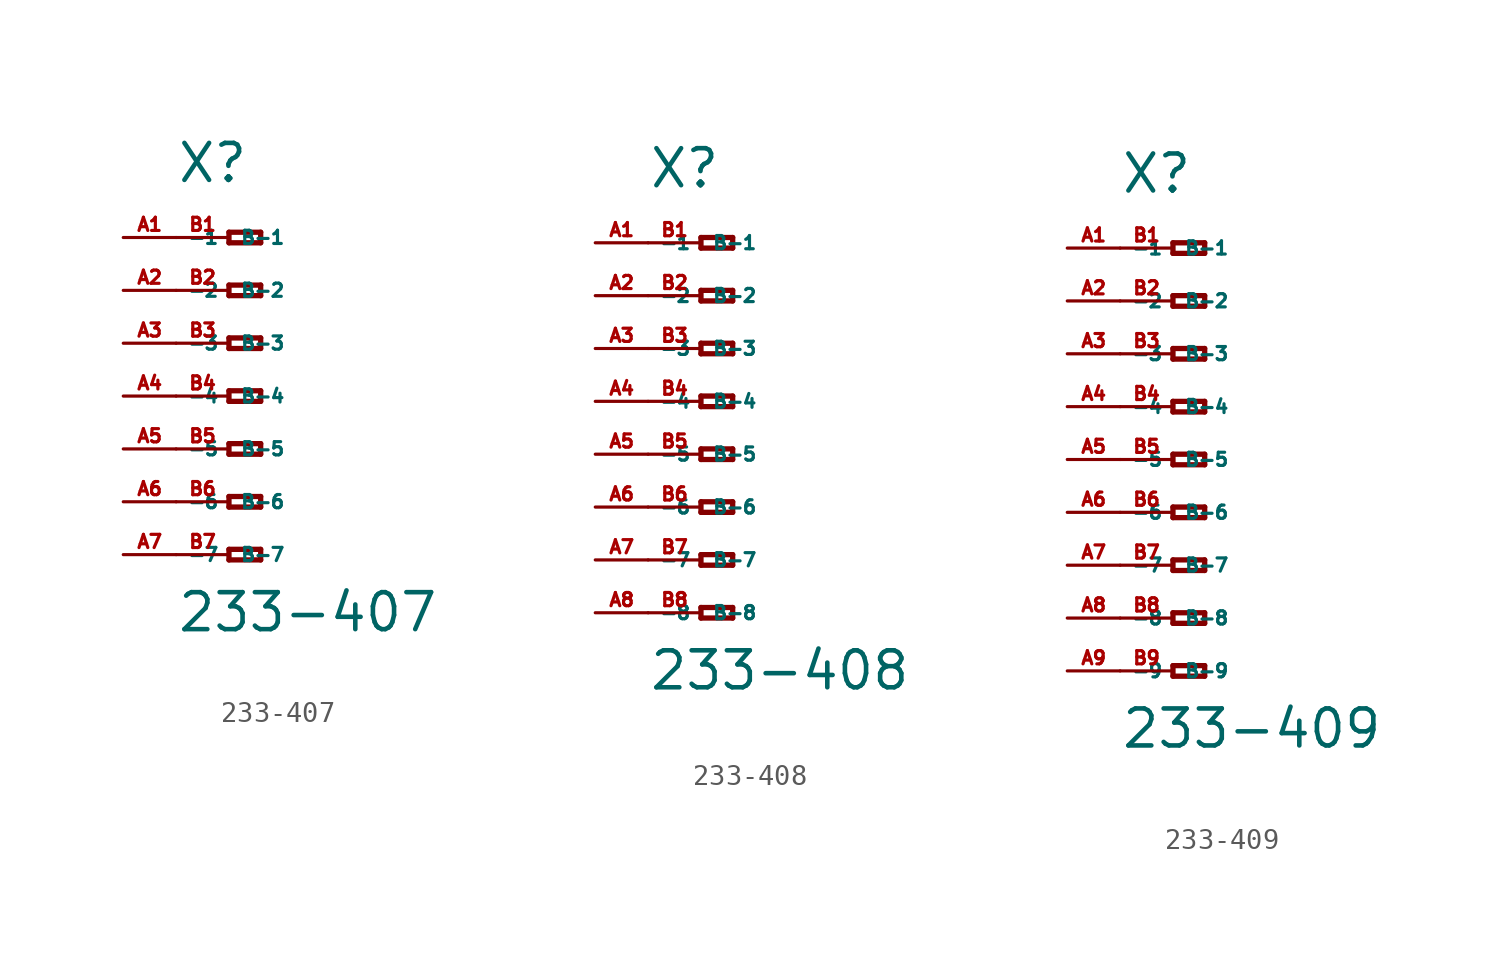
<source format=kicad_sym>
(kicad_symbol_lib
  (version 20220914)
  (generator Eagle2Kicad)
  (symbol "233-407"
    (property "Reference" "X"
      (at -5.08 10.16 0)
      (effects (font (size 1.778 1.778) (thickness 0.22)) (justify left bottom)))
    (property "Value" "233-407"
      (at -5.08 -11.43 0)
      (effects (font (size 1.778 1.778) (thickness 0.22)) (justify left bottom)))
    (polyline
      (pts (xy -2.54 7.874) (xy -2.54 7.366))
      (stroke (width 0.254) (type default))
      (fill (type none)))
    (polyline
      (pts (xy -2.54 7.366) (xy -1.016 7.366))
      (stroke (width 0.254) (type default))
      (fill (type none)))
    (polyline
      (pts (xy -1.016 7.366) (xy -1.016 7.874))
      (stroke (width 0.254) (type default))
      (fill (type none)))
    (polyline
      (pts (xy -1.016 7.874) (xy -2.54 7.874))
      (stroke (width 0.254) (type default))
      (fill (type none)))
    (polyline
      (pts (xy -2.54 5.334) (xy -2.54 4.826))
      (stroke (width 0.254) (type default))
      (fill (type none)))
    (polyline
      (pts (xy -2.54 4.826) (xy -1.016 4.826))
      (stroke (width 0.254) (type default))
      (fill (type none)))
    (polyline
      (pts (xy -1.016 4.826) (xy -1.016 5.334))
      (stroke (width 0.254) (type default))
      (fill (type none)))
    (polyline
      (pts (xy -1.016 5.334) (xy -2.54 5.334))
      (stroke (width 0.254) (type default))
      (fill (type none)))
    (polyline
      (pts (xy -2.54 2.794) (xy -2.54 2.286))
      (stroke (width 0.254) (type default))
      (fill (type none)))
    (polyline
      (pts (xy -2.54 2.286) (xy -1.016 2.286))
      (stroke (width 0.254) (type default))
      (fill (type none)))
    (polyline
      (pts (xy -1.016 2.286) (xy -1.016 2.794))
      (stroke (width 0.254) (type default))
      (fill (type none)))
    (polyline
      (pts (xy -1.016 2.794) (xy -2.54 2.794))
      (stroke (width 0.254) (type default))
      (fill (type none)))
    (polyline
      (pts (xy -2.54 0.254) (xy -2.54 -0.254))
      (stroke (width 0.254) (type default))
      (fill (type none)))
    (polyline
      (pts (xy -2.54 -0.254) (xy -1.016 -0.254))
      (stroke (width 0.254) (type default))
      (fill (type none)))
    (polyline
      (pts (xy -1.016 -0.254) (xy -1.016 0.254))
      (stroke (width 0.254) (type default))
      (fill (type none)))
    (polyline
      (pts (xy -1.016 0.254) (xy -2.54 0.254))
      (stroke (width 0.254) (type default))
      (fill (type none)))
    (polyline
      (pts (xy -2.54 -2.286) (xy -2.54 -2.794))
      (stroke (width 0.254) (type default))
      (fill (type none)))
    (polyline
      (pts (xy -2.54 -2.794) (xy -1.016 -2.794))
      (stroke (width 0.254) (type default))
      (fill (type none)))
    (polyline
      (pts (xy -1.016 -2.794) (xy -1.016 -2.286))
      (stroke (width 0.254) (type default))
      (fill (type none)))
    (polyline
      (pts (xy -1.016 -2.286) (xy -2.54 -2.286))
      (stroke (width 0.254) (type default))
      (fill (type none)))
    (polyline
      (pts (xy -2.54 -4.826) (xy -2.54 -5.334))
      (stroke (width 0.254) (type default))
      (fill (type none)))
    (polyline
      (pts (xy -2.54 -5.334) (xy -1.016 -5.334))
      (stroke (width 0.254) (type default))
      (fill (type none)))
    (polyline
      (pts (xy -1.016 -5.334) (xy -1.016 -4.826))
      (stroke (width 0.254) (type default))
      (fill (type none)))
    (polyline
      (pts (xy -1.016 -4.826) (xy -2.54 -4.826))
      (stroke (width 0.254) (type default))
      (fill (type none)))
    (polyline
      (pts (xy -2.54 -7.366) (xy -2.54 -7.874))
      (stroke (width 0.254) (type default))
      (fill (type none)))
    (polyline
      (pts (xy -2.54 -7.874) (xy -1.016 -7.874))
      (stroke (width 0.254) (type default))
      (fill (type none)))
    (polyline
      (pts (xy -1.016 -7.874) (xy -1.016 -7.366))
      (stroke (width 0.254) (type default))
      (fill (type none)))
    (polyline
      (pts (xy -1.016 -7.366) (xy -2.54 -7.366))
      (stroke (width 0.254) (type default))
      (fill (type none)))
    (pin passive line
      (at -7.62 7.62 0)
      (length 2.54)
      (name "-1" (effects (font (size 0.635 0.635) (thickness 0.08)) (justify left bottom)))
      (number "A1" (effects (font (size 0.635 0.635) (thickness 0.08)) (justify left bottom))))
    (pin passive line
      (at -7.62 5.08 0)
      (length 2.54)
      (name "-2" (effects (font (size 0.635 0.635) (thickness 0.08)) (justify left bottom)))
      (number "A2" (effects (font (size 0.635 0.635) (thickness 0.08)) (justify left bottom))))
    (pin passive line
      (at -7.62 2.54 0)
      (length 2.54)
      (name "-3" (effects (font (size 0.635 0.635) (thickness 0.08)) (justify left bottom)))
      (number "A3" (effects (font (size 0.635 0.635) (thickness 0.08)) (justify left bottom))))
    (pin passive line
      (at -7.62 0 0)
      (length 2.54)
      (name "-4" (effects (font (size 0.635 0.635) (thickness 0.08)) (justify left bottom)))
      (number "A4" (effects (font (size 0.635 0.635) (thickness 0.08)) (justify left bottom))))
    (pin passive line
      (at -7.62 -2.54 0)
      (length 2.54)
      (name "-5" (effects (font (size 0.635 0.635) (thickness 0.08)) (justify left bottom)))
      (number "A5" (effects (font (size 0.635 0.635) (thickness 0.08)) (justify left bottom))))
    (pin passive line
      (at -7.62 -5.08 0)
      (length 2.54)
      (name "-6" (effects (font (size 0.635 0.635) (thickness 0.08)) (justify left bottom)))
      (number "A6" (effects (font (size 0.635 0.635) (thickness 0.08)) (justify left bottom))))
    (pin passive line
      (at -7.62 -7.62 0)
      (length 2.54)
      (name "-7" (effects (font (size 0.635 0.635) (thickness 0.08)) (justify left bottom)))
      (number "A7" (effects (font (size 0.635 0.635) (thickness 0.08)) (justify left bottom))))
    (pin passive line
      (at -5.08 -7.62 0)
      (length 2.54)
      (name "B-7" (effects (font (size 0.635 0.635) (thickness 0.08)) (justify left bottom)))
      (number "B7" (effects (font (size 0.635 0.635) (thickness 0.08)) (justify left bottom))))
    (pin passive line
      (at -5.08 7.62 0)
      (length 2.54)
      (name "B-1" (effects (font (size 0.635 0.635) (thickness 0.08)) (justify left bottom)))
      (number "B1" (effects (font (size 0.635 0.635) (thickness 0.08)) (justify left bottom))))
    (pin passive line
      (at -5.08 5.08 0)
      (length 2.54)
      (name "B-2" (effects (font (size 0.635 0.635) (thickness 0.08)) (justify left bottom)))
      (number "B2" (effects (font (size 0.635 0.635) (thickness 0.08)) (justify left bottom))))
    (pin passive line
      (at -5.08 2.54 0)
      (length 2.54)
      (name "B-3" (effects (font (size 0.635 0.635) (thickness 0.08)) (justify left bottom)))
      (number "B3" (effects (font (size 0.635 0.635) (thickness 0.08)) (justify left bottom))))
    (pin passive line
      (at -5.08 0 0)
      (length 2.54)
      (name "B-4" (effects (font (size 0.635 0.635) (thickness 0.08)) (justify left bottom)))
      (number "B4" (effects (font (size 0.635 0.635) (thickness 0.08)) (justify left bottom))))
    (pin passive line
      (at -5.08 -2.54 0)
      (length 2.54)
      (name "B-5" (effects (font (size 0.635 0.635) (thickness 0.08)) (justify left bottom)))
      (number "B5" (effects (font (size 0.635 0.635) (thickness 0.08)) (justify left bottom))))
    (pin passive line
      (at -5.08 -5.08 0)
      (length 2.54)
      (name "B-6" (effects (font (size 0.635 0.635) (thickness 0.08)) (justify left bottom)))
      (number "B6" (effects (font (size 0.635 0.635) (thickness 0.08)) (justify left bottom)))))
  (symbol "233-408"
    (property "Reference" "X"
      (at -5.08 10.16 0)
      (effects (font (size 1.778 1.778) (thickness 0.22)) (justify left bottom)))
    (property "Value" "233-408"
      (at -5.08 -13.97 0)
      (effects (font (size 1.778 1.778) (thickness 0.22)) (justify left bottom)))
    (polyline
      (pts (xy -2.54 7.874) (xy -2.54 7.366))
      (stroke (width 0.254) (type default))
      (fill (type none)))
    (polyline
      (pts (xy -2.54 7.366) (xy -1.016 7.366))
      (stroke (width 0.254) (type default))
      (fill (type none)))
    (polyline
      (pts (xy -1.016 7.366) (xy -1.016 7.874))
      (stroke (width 0.254) (type default))
      (fill (type none)))
    (polyline
      (pts (xy -1.016 7.874) (xy -2.54 7.874))
      (stroke (width 0.254) (type default))
      (fill (type none)))
    (polyline
      (pts (xy -2.54 5.334) (xy -2.54 4.826))
      (stroke (width 0.254) (type default))
      (fill (type none)))
    (polyline
      (pts (xy -2.54 4.826) (xy -1.016 4.826))
      (stroke (width 0.254) (type default))
      (fill (type none)))
    (polyline
      (pts (xy -1.016 4.826) (xy -1.016 5.334))
      (stroke (width 0.254) (type default))
      (fill (type none)))
    (polyline
      (pts (xy -1.016 5.334) (xy -2.54 5.334))
      (stroke (width 0.254) (type default))
      (fill (type none)))
    (polyline
      (pts (xy -2.54 2.794) (xy -2.54 2.286))
      (stroke (width 0.254) (type default))
      (fill (type none)))
    (polyline
      (pts (xy -2.54 2.286) (xy -1.016 2.286))
      (stroke (width 0.254) (type default))
      (fill (type none)))
    (polyline
      (pts (xy -1.016 2.286) (xy -1.016 2.794))
      (stroke (width 0.254) (type default))
      (fill (type none)))
    (polyline
      (pts (xy -1.016 2.794) (xy -2.54 2.794))
      (stroke (width 0.254) (type default))
      (fill (type none)))
    (polyline
      (pts (xy -2.54 0.254) (xy -2.54 -0.254))
      (stroke (width 0.254) (type default))
      (fill (type none)))
    (polyline
      (pts (xy -2.54 -0.254) (xy -1.016 -0.254))
      (stroke (width 0.254) (type default))
      (fill (type none)))
    (polyline
      (pts (xy -1.016 -0.254) (xy -1.016 0.254))
      (stroke (width 0.254) (type default))
      (fill (type none)))
    (polyline
      (pts (xy -1.016 0.254) (xy -2.54 0.254))
      (stroke (width 0.254) (type default))
      (fill (type none)))
    (polyline
      (pts (xy -2.54 -2.286) (xy -2.54 -2.794))
      (stroke (width 0.254) (type default))
      (fill (type none)))
    (polyline
      (pts (xy -2.54 -2.794) (xy -1.016 -2.794))
      (stroke (width 0.254) (type default))
      (fill (type none)))
    (polyline
      (pts (xy -1.016 -2.794) (xy -1.016 -2.286))
      (stroke (width 0.254) (type default))
      (fill (type none)))
    (polyline
      (pts (xy -1.016 -2.286) (xy -2.54 -2.286))
      (stroke (width 0.254) (type default))
      (fill (type none)))
    (polyline
      (pts (xy -2.54 -4.826) (xy -2.54 -5.334))
      (stroke (width 0.254) (type default))
      (fill (type none)))
    (polyline
      (pts (xy -2.54 -5.334) (xy -1.016 -5.334))
      (stroke (width 0.254) (type default))
      (fill (type none)))
    (polyline
      (pts (xy -1.016 -5.334) (xy -1.016 -4.826))
      (stroke (width 0.254) (type default))
      (fill (type none)))
    (polyline
      (pts (xy -1.016 -4.826) (xy -2.54 -4.826))
      (stroke (width 0.254) (type default))
      (fill (type none)))
    (polyline
      (pts (xy -2.54 -7.366) (xy -2.54 -7.874))
      (stroke (width 0.254) (type default))
      (fill (type none)))
    (polyline
      (pts (xy -2.54 -7.874) (xy -1.016 -7.874))
      (stroke (width 0.254) (type default))
      (fill (type none)))
    (polyline
      (pts (xy -1.016 -7.874) (xy -1.016 -7.366))
      (stroke (width 0.254) (type default))
      (fill (type none)))
    (polyline
      (pts (xy -1.016 -7.366) (xy -2.54 -7.366))
      (stroke (width 0.254) (type default))
      (fill (type none)))
    (polyline
      (pts (xy -2.54 -9.906) (xy -2.54 -10.414))
      (stroke (width 0.254) (type default))
      (fill (type none)))
    (polyline
      (pts (xy -2.54 -10.414) (xy -1.016 -10.414))
      (stroke (width 0.254) (type default))
      (fill (type none)))
    (polyline
      (pts (xy -1.016 -10.414) (xy -1.016 -9.906))
      (stroke (width 0.254) (type default))
      (fill (type none)))
    (polyline
      (pts (xy -1.016 -9.906) (xy -2.54 -9.906))
      (stroke (width 0.254) (type default))
      (fill (type none)))
    (pin passive line
      (at -7.62 7.62 0)
      (length 2.54)
      (name "-1" (effects (font (size 0.635 0.635) (thickness 0.08)) (justify left bottom)))
      (number "A1" (effects (font (size 0.635 0.635) (thickness 0.08)) (justify left bottom))))
    (pin passive line
      (at -7.62 5.08 0)
      (length 2.54)
      (name "-2" (effects (font (size 0.635 0.635) (thickness 0.08)) (justify left bottom)))
      (number "A2" (effects (font (size 0.635 0.635) (thickness 0.08)) (justify left bottom))))
    (pin passive line
      (at -7.62 2.54 0)
      (length 2.54)
      (name "-3" (effects (font (size 0.635 0.635) (thickness 0.08)) (justify left bottom)))
      (number "A3" (effects (font (size 0.635 0.635) (thickness 0.08)) (justify left bottom))))
    (pin passive line
      (at -7.62 0 0)
      (length 2.54)
      (name "-4" (effects (font (size 0.635 0.635) (thickness 0.08)) (justify left bottom)))
      (number "A4" (effects (font (size 0.635 0.635) (thickness 0.08)) (justify left bottom))))
    (pin passive line
      (at -7.62 -2.54 0)
      (length 2.54)
      (name "-5" (effects (font (size 0.635 0.635) (thickness 0.08)) (justify left bottom)))
      (number "A5" (effects (font (size 0.635 0.635) (thickness 0.08)) (justify left bottom))))
    (pin passive line
      (at -7.62 -5.08 0)
      (length 2.54)
      (name "-6" (effects (font (size 0.635 0.635) (thickness 0.08)) (justify left bottom)))
      (number "A6" (effects (font (size 0.635 0.635) (thickness 0.08)) (justify left bottom))))
    (pin passive line
      (at -7.62 -7.62 0)
      (length 2.54)
      (name "-7" (effects (font (size 0.635 0.635) (thickness 0.08)) (justify left bottom)))
      (number "A7" (effects (font (size 0.635 0.635) (thickness 0.08)) (justify left bottom))))
    (pin passive line
      (at -7.62 -10.16 0)
      (length 2.54)
      (name "-8" (effects (font (size 0.635 0.635) (thickness 0.08)) (justify left bottom)))
      (number "A8" (effects (font (size 0.635 0.635) (thickness 0.08)) (justify left bottom))))
    (pin passive line
      (at -5.08 -10.16 0)
      (length 2.54)
      (name "B-8" (effects (font (size 0.635 0.635) (thickness 0.08)) (justify left bottom)))
      (number "B8" (effects (font (size 0.635 0.635) (thickness 0.08)) (justify left bottom))))
    (pin passive line
      (at -5.08 7.62 0)
      (length 2.54)
      (name "B-1" (effects (font (size 0.635 0.635) (thickness 0.08)) (justify left bottom)))
      (number "B1" (effects (font (size 0.635 0.635) (thickness 0.08)) (justify left bottom))))
    (pin passive line
      (at -5.08 5.08 0)
      (length 2.54)
      (name "B-2" (effects (font (size 0.635 0.635) (thickness 0.08)) (justify left bottom)))
      (number "B2" (effects (font (size 0.635 0.635) (thickness 0.08)) (justify left bottom))))
    (pin passive line
      (at -5.08 2.54 0)
      (length 2.54)
      (name "B-3" (effects (font (size 0.635 0.635) (thickness 0.08)) (justify left bottom)))
      (number "B3" (effects (font (size 0.635 0.635) (thickness 0.08)) (justify left bottom))))
    (pin passive line
      (at -5.08 0 0)
      (length 2.54)
      (name "B-4" (effects (font (size 0.635 0.635) (thickness 0.08)) (justify left bottom)))
      (number "B4" (effects (font (size 0.635 0.635) (thickness 0.08)) (justify left bottom))))
    (pin passive line
      (at -5.08 -2.54 0)
      (length 2.54)
      (name "B-5" (effects (font (size 0.635 0.635) (thickness 0.08)) (justify left bottom)))
      (number "B5" (effects (font (size 0.635 0.635) (thickness 0.08)) (justify left bottom))))
    (pin passive line
      (at -5.08 -5.08 0)
      (length 2.54)
      (name "B-6" (effects (font (size 0.635 0.635) (thickness 0.08)) (justify left bottom)))
      (number "B6" (effects (font (size 0.635 0.635) (thickness 0.08)) (justify left bottom))))
    (pin passive line
      (at -5.08 -7.62 0)
      (length 2.54)
      (name "B-7" (effects (font (size 0.635 0.635) (thickness 0.08)) (justify left bottom)))
      (number "B7" (effects (font (size 0.635 0.635) (thickness 0.08)) (justify left bottom)))))
  (symbol "233-409"
    (property "Reference" "X"
      (at -5.08 12.7 0)
      (effects (font (size 1.778 1.778) (thickness 0.22)) (justify left bottom)))
    (property "Value" "233-409"
      (at -5.08 -13.97 0)
      (effects (font (size 1.778 1.778) (thickness 0.22)) (justify left bottom)))
    (polyline
      (pts (xy -2.54 10.414) (xy -2.54 9.906))
      (stroke (width 0.254) (type default))
      (fill (type none)))
    (polyline
      (pts (xy -2.54 9.906) (xy -1.016 9.906))
      (stroke (width 0.254) (type default))
      (fill (type none)))
    (polyline
      (pts (xy -1.016 9.906) (xy -1.016 10.414))
      (stroke (width 0.254) (type default))
      (fill (type none)))
    (polyline
      (pts (xy -1.016 10.414) (xy -2.54 10.414))
      (stroke (width 0.254) (type default))
      (fill (type none)))
    (polyline
      (pts (xy -2.54 7.874) (xy -2.54 7.366))
      (stroke (width 0.254) (type default))
      (fill (type none)))
    (polyline
      (pts (xy -2.54 7.366) (xy -1.016 7.366))
      (stroke (width 0.254) (type default))
      (fill (type none)))
    (polyline
      (pts (xy -1.016 7.366) (xy -1.016 7.874))
      (stroke (width 0.254) (type default))
      (fill (type none)))
    (polyline
      (pts (xy -1.016 7.874) (xy -2.54 7.874))
      (stroke (width 0.254) (type default))
      (fill (type none)))
    (polyline
      (pts (xy -2.54 5.334) (xy -2.54 4.826))
      (stroke (width 0.254) (type default))
      (fill (type none)))
    (polyline
      (pts (xy -2.54 4.826) (xy -1.016 4.826))
      (stroke (width 0.254) (type default))
      (fill (type none)))
    (polyline
      (pts (xy -1.016 4.826) (xy -1.016 5.334))
      (stroke (width 0.254) (type default))
      (fill (type none)))
    (polyline
      (pts (xy -1.016 5.334) (xy -2.54 5.334))
      (stroke (width 0.254) (type default))
      (fill (type none)))
    (polyline
      (pts (xy -2.54 2.794) (xy -2.54 2.286))
      (stroke (width 0.254) (type default))
      (fill (type none)))
    (polyline
      (pts (xy -2.54 2.286) (xy -1.016 2.286))
      (stroke (width 0.254) (type default))
      (fill (type none)))
    (polyline
      (pts (xy -1.016 2.286) (xy -1.016 2.794))
      (stroke (width 0.254) (type default))
      (fill (type none)))
    (polyline
      (pts (xy -1.016 2.794) (xy -2.54 2.794))
      (stroke (width 0.254) (type default))
      (fill (type none)))
    (polyline
      (pts (xy -2.54 0.254) (xy -2.54 -0.254))
      (stroke (width 0.254) (type default))
      (fill (type none)))
    (polyline
      (pts (xy -2.54 -0.254) (xy -1.016 -0.254))
      (stroke (width 0.254) (type default))
      (fill (type none)))
    (polyline
      (pts (xy -1.016 -0.254) (xy -1.016 0.254))
      (stroke (width 0.254) (type default))
      (fill (type none)))
    (polyline
      (pts (xy -1.016 0.254) (xy -2.54 0.254))
      (stroke (width 0.254) (type default))
      (fill (type none)))
    (polyline
      (pts (xy -2.54 -2.286) (xy -2.54 -2.794))
      (stroke (width 0.254) (type default))
      (fill (type none)))
    (polyline
      (pts (xy -2.54 -2.794) (xy -1.016 -2.794))
      (stroke (width 0.254) (type default))
      (fill (type none)))
    (polyline
      (pts (xy -1.016 -2.794) (xy -1.016 -2.286))
      (stroke (width 0.254) (type default))
      (fill (type none)))
    (polyline
      (pts (xy -1.016 -2.286) (xy -2.54 -2.286))
      (stroke (width 0.254) (type default))
      (fill (type none)))
    (polyline
      (pts (xy -2.54 -4.826) (xy -2.54 -5.334))
      (stroke (width 0.254) (type default))
      (fill (type none)))
    (polyline
      (pts (xy -2.54 -5.334) (xy -1.016 -5.334))
      (stroke (width 0.254) (type default))
      (fill (type none)))
    (polyline
      (pts (xy -1.016 -5.334) (xy -1.016 -4.826))
      (stroke (width 0.254) (type default))
      (fill (type none)))
    (polyline
      (pts (xy -1.016 -4.826) (xy -2.54 -4.826))
      (stroke (width 0.254) (type default))
      (fill (type none)))
    (polyline
      (pts (xy -2.54 -7.366) (xy -2.54 -7.874))
      (stroke (width 0.254) (type default))
      (fill (type none)))
    (polyline
      (pts (xy -2.54 -7.874) (xy -1.016 -7.874))
      (stroke (width 0.254) (type default))
      (fill (type none)))
    (polyline
      (pts (xy -1.016 -7.874) (xy -1.016 -7.366))
      (stroke (width 0.254) (type default))
      (fill (type none)))
    (polyline
      (pts (xy -1.016 -7.366) (xy -2.54 -7.366))
      (stroke (width 0.254) (type default))
      (fill (type none)))
    (polyline
      (pts (xy -2.54 -9.906) (xy -2.54 -10.414))
      (stroke (width 0.254) (type default))
      (fill (type none)))
    (polyline
      (pts (xy -2.54 -10.414) (xy -1.016 -10.414))
      (stroke (width 0.254) (type default))
      (fill (type none)))
    (polyline
      (pts (xy -1.016 -10.414) (xy -1.016 -9.906))
      (stroke (width 0.254) (type default))
      (fill (type none)))
    (polyline
      (pts (xy -1.016 -9.906) (xy -2.54 -9.906))
      (stroke (width 0.254) (type default))
      (fill (type none)))
    (pin passive line
      (at -7.62 10.16 0)
      (length 2.54)
      (name "-1" (effects (font (size 0.635 0.635) (thickness 0.08)) (justify left bottom)))
      (number "A1" (effects (font (size 0.635 0.635) (thickness 0.08)) (justify left bottom))))
    (pin passive line
      (at -7.62 7.62 0)
      (length 2.54)
      (name "-2" (effects (font (size 0.635 0.635) (thickness 0.08)) (justify left bottom)))
      (number "A2" (effects (font (size 0.635 0.635) (thickness 0.08)) (justify left bottom))))
    (pin passive line
      (at -7.62 5.08 0)
      (length 2.54)
      (name "-3" (effects (font (size 0.635 0.635) (thickness 0.08)) (justify left bottom)))
      (number "A3" (effects (font (size 0.635 0.635) (thickness 0.08)) (justify left bottom))))
    (pin passive line
      (at -7.62 2.54 0)
      (length 2.54)
      (name "-4" (effects (font (size 0.635 0.635) (thickness 0.08)) (justify left bottom)))
      (number "A4" (effects (font (size 0.635 0.635) (thickness 0.08)) (justify left bottom))))
    (pin passive line
      (at -7.62 0 0)
      (length 2.54)
      (name "-5" (effects (font (size 0.635 0.635) (thickness 0.08)) (justify left bottom)))
      (number "A5" (effects (font (size 0.635 0.635) (thickness 0.08)) (justify left bottom))))
    (pin passive line
      (at -7.62 -2.54 0)
      (length 2.54)
      (name "-6" (effects (font (size 0.635 0.635) (thickness 0.08)) (justify left bottom)))
      (number "A6" (effects (font (size 0.635 0.635) (thickness 0.08)) (justify left bottom))))
    (pin passive line
      (at -7.62 -5.08 0)
      (length 2.54)
      (name "-7" (effects (font (size 0.635 0.635) (thickness 0.08)) (justify left bottom)))
      (number "A7" (effects (font (size 0.635 0.635) (thickness 0.08)) (justify left bottom))))
    (pin passive line
      (at -7.62 -7.62 0)
      (length 2.54)
      (name "-8" (effects (font (size 0.635 0.635) (thickness 0.08)) (justify left bottom)))
      (number "A8" (effects (font (size 0.635 0.635) (thickness 0.08)) (justify left bottom))))
    (pin passive line
      (at -7.62 -10.16 0)
      (length 2.54)
      (name "-9" (effects (font (size 0.635 0.635) (thickness 0.08)) (justify left bottom)))
      (number "A9" (effects (font (size 0.635 0.635) (thickness 0.08)) (justify left bottom))))
    (pin passive line
      (at -5.08 -10.16 0)
      (length 2.54)
      (name "B-9" (effects (font (size 0.635 0.635) (thickness 0.08)) (justify left bottom)))
      (number "B9" (effects (font (size 0.635 0.635) (thickness 0.08)) (justify left bottom))))
    (pin passive line
      (at -5.08 10.16 0)
      (length 2.54)
      (name "B-1" (effects (font (size 0.635 0.635) (thickness 0.08)) (justify left bottom)))
      (number "B1" (effects (font (size 0.635 0.635) (thickness 0.08)) (justify left bottom))))
    (pin passive line
      (at -5.08 7.62 0)
      (length 2.54)
      (name "B-2" (effects (font (size 0.635 0.635) (thickness 0.08)) (justify left bottom)))
      (number "B2" (effects (font (size 0.635 0.635) (thickness 0.08)) (justify left bottom))))
    (pin passive line
      (at -5.08 5.08 0)
      (length 2.54)
      (name "B-3" (effects (font (size 0.635 0.635) (thickness 0.08)) (justify left bottom)))
      (number "B3" (effects (font (size 0.635 0.635) (thickness 0.08)) (justify left bottom))))
    (pin passive line
      (at -5.08 2.54 0)
      (length 2.54)
      (name "B-4" (effects (font (size 0.635 0.635) (thickness 0.08)) (justify left bottom)))
      (number "B4" (effects (font (size 0.635 0.635) (thickness 0.08)) (justify left bottom))))
    (pin passive line
      (at -5.08 0 0)
      (length 2.54)
      (name "B-5" (effects (font (size 0.635 0.635) (thickness 0.08)) (justify left bottom)))
      (number "B5" (effects (font (size 0.635 0.635) (thickness 0.08)) (justify left bottom))))
    (pin passive line
      (at -5.08 -2.54 0)
      (length 2.54)
      (name "B-6" (effects (font (size 0.635 0.635) (thickness 0.08)) (justify left bottom)))
      (number "B6" (effects (font (size 0.635 0.635) (thickness 0.08)) (justify left bottom))))
    (pin passive line
      (at -5.08 -5.08 0)
      (length 2.54)
      (name "B-7" (effects (font (size 0.635 0.635) (thickness 0.08)) (justify left bottom)))
      (number "B7" (effects (font (size 0.635 0.635) (thickness 0.08)) (justify left bottom))))
    (pin passive line
      (at -5.08 -7.62 0)
      (length 2.54)
      (name "B-8" (effects (font (size 0.635 0.635) (thickness 0.08)) (justify left bottom)))
      (number "B8" (effects (font (size 0.635 0.635) (thickness 0.08)) (justify left bottom))))))
</source>
